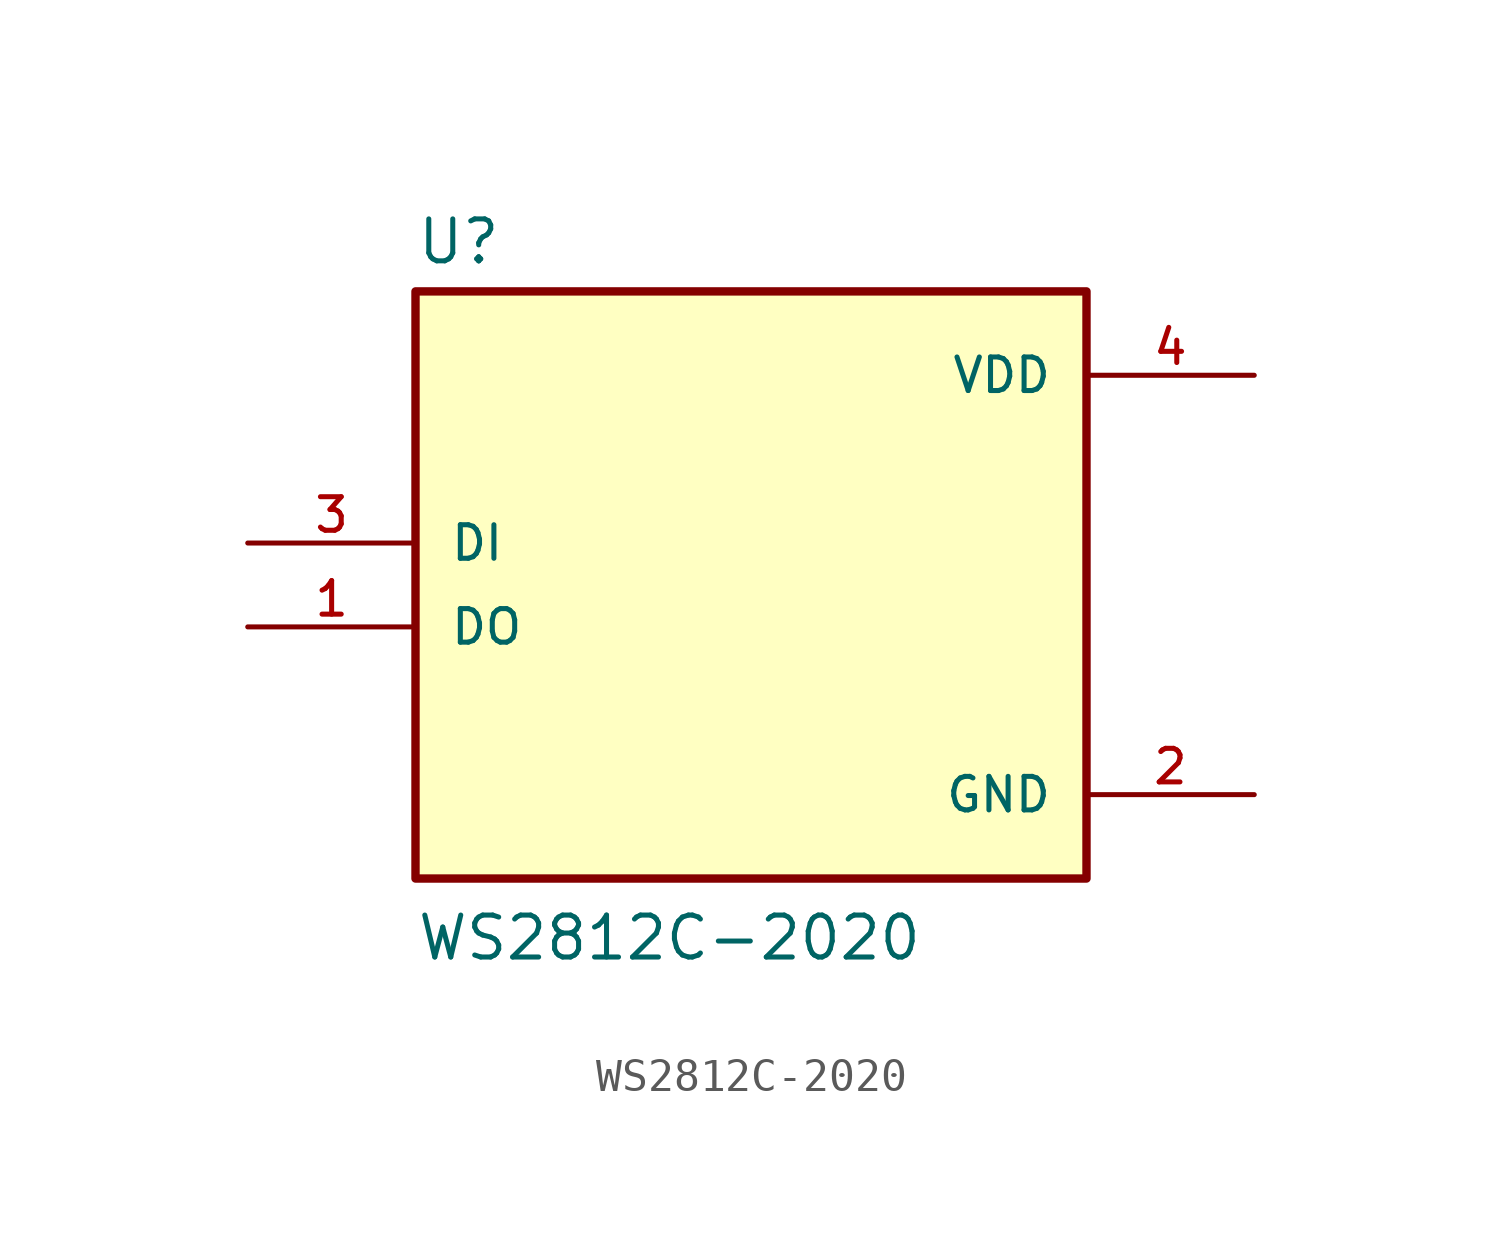
<source format=kicad_sym>
(kicad_symbol_lib
  (version 20211014)
  (generator kicad_symbol_editor)
  (symbol "WS2812C-2020"
    (pin_names
      (offset 1.016))
    (property "Reference" "U"
      (at -10.16 8.382 0)
      (effects (font (size 1.27 1.27)) (justify left bottom)))
    (property "Value" "WS2812C-2020"
      (at -10.16 -12.7 0)
      (effects (font (size 1.27 1.27)) (justify left bottom)))
    (property "ki_locked" ""
      (at 0 0 0)
      (effects (font (size 1.27 1.27))))
    (symbol "WS2812C-2020_0_0"
      (rectangle (start -10.16 -10.16) (end 10.16 7.62) (stroke (width 0.254) (type default) (color 0 0 0 0)) (fill (type background)))
      (pin output line (at -15.24 -2.54 0) (length 5.08) (name "DO" (effects (font (size 1.016 1.016)))) (number "1" (effects (font (size 1.016 1.016)))))
      (pin power_in line (at 15.24 -7.62 180) (length 5.08) (name "GND" (effects (font (size 1.016 1.016)))) (number "2" (effects (font (size 1.016 1.016)))))
      (pin input line (at -15.24 0 0) (length 5.08) (name "DI" (effects (font (size 1.016 1.016)))) (number "3" (effects (font (size 1.016 1.016)))))
      (pin power_in line (at 15.24 5.08 180) (length 5.08) (name "VDD" (effects (font (size 1.016 1.016)))) (number "4" (effects (font (size 1.016 1.016))))))))
</source>
